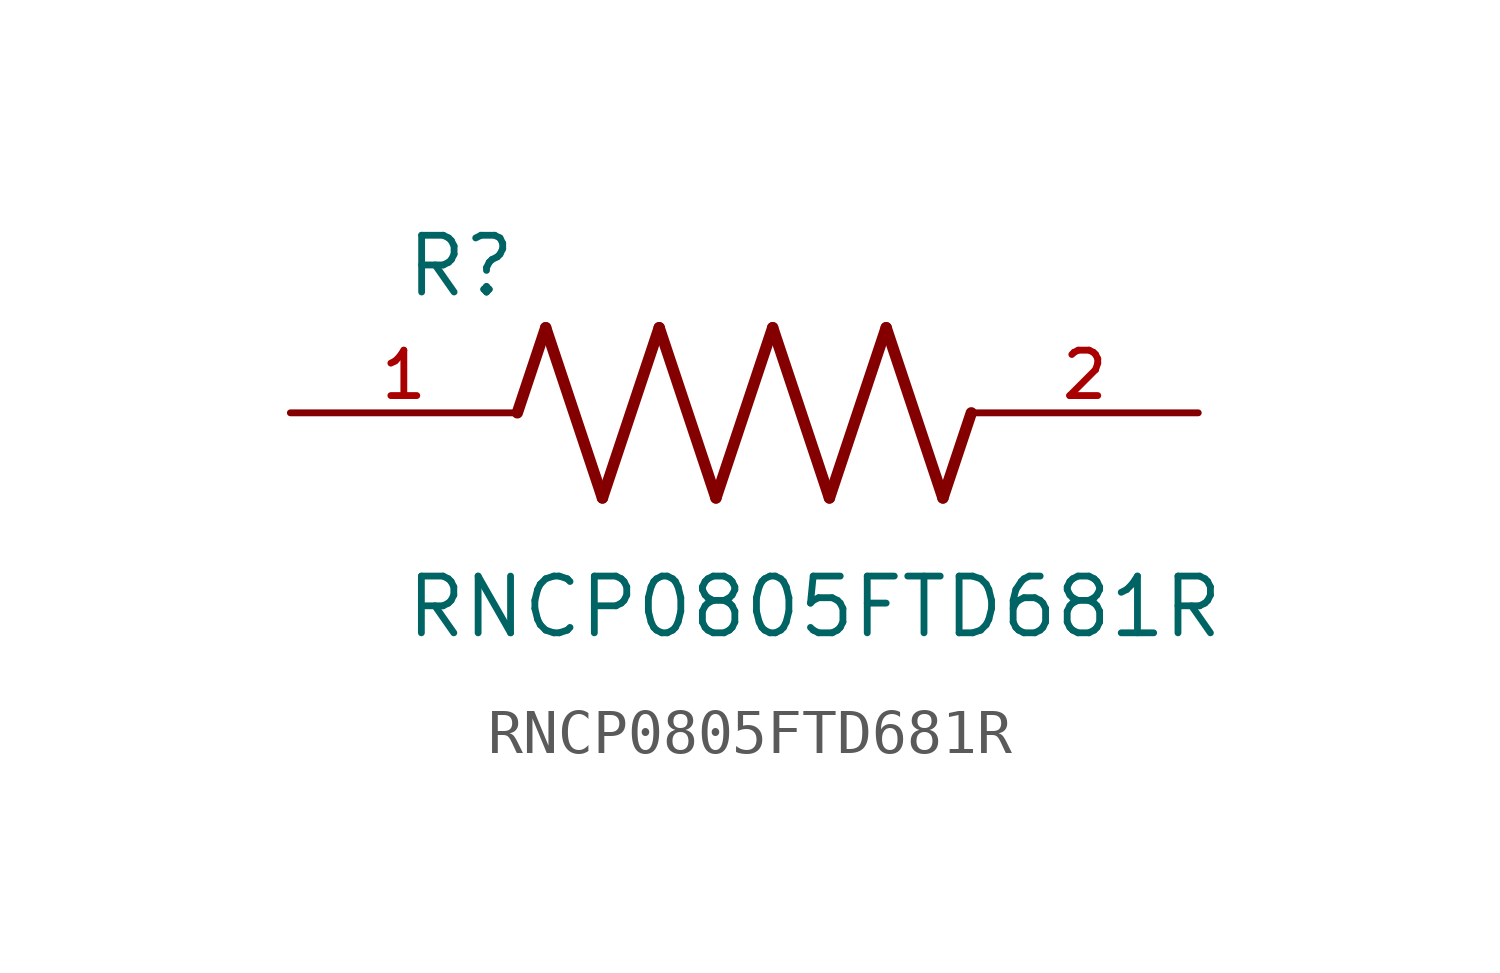
<source format=kicad_sym>
(kicad_symbol_lib
  (version 20211014)
  (generator kicad_symbol_editor)
  (symbol "RNCP0805FTD681R"
    (pin_names
      (offset 1.016))
    (property "Reference" "R"
      (at -7.624 2.541 0)
      (effects (font (size 1.27 1.27)) (justify bottom left)))
    (property "Value" "RNCP0805FTD681R"
      (at -7.63 -5.087 0)
      (effects (font (size 1.27 1.27)) (justify bottom left)))
    (symbol "RNCP0805FTD681R_0_0"
      (polyline (pts (xy -5.08 0.0) (xy -4.445 1.905)) (stroke (width 0.254)))
      (polyline (pts (xy -4.445 1.905) (xy -3.175 -1.905)) (stroke (width 0.254)))
      (polyline (pts (xy -3.175 -1.905) (xy -1.905 1.905)) (stroke (width 0.254)))
      (polyline (pts (xy -1.905 1.905) (xy -0.635 -1.905)) (stroke (width 0.254)))
      (polyline (pts (xy -0.635 -1.905) (xy 0.635 1.905)) (stroke (width 0.254)))
      (polyline (pts (xy 0.635 1.905) (xy 1.905 -1.905)) (stroke (width 0.254)))
      (polyline (pts (xy 1.905 -1.905) (xy 3.175 1.905)) (stroke (width 0.254)))
      (polyline (pts (xy 3.175 1.905) (xy 4.445 -1.905)) (stroke (width 0.254)))
      (polyline (pts (xy 4.445 -1.905) (xy 5.08 0.0)) (stroke (width 0.254)))
      (pin passive line (at -10.16 0.0 0) (length 5.08) (name "~" (effects (font (size 1.016 1.016)))) (number "1" (effects (font (size 1.016 1.016)))))
      (pin passive line (at 10.16 0.0 180.0) (length 5.08) (name "~" (effects (font (size 1.016 1.016)))) (number "2" (effects (font (size 1.016 1.016))))))))
</source>
